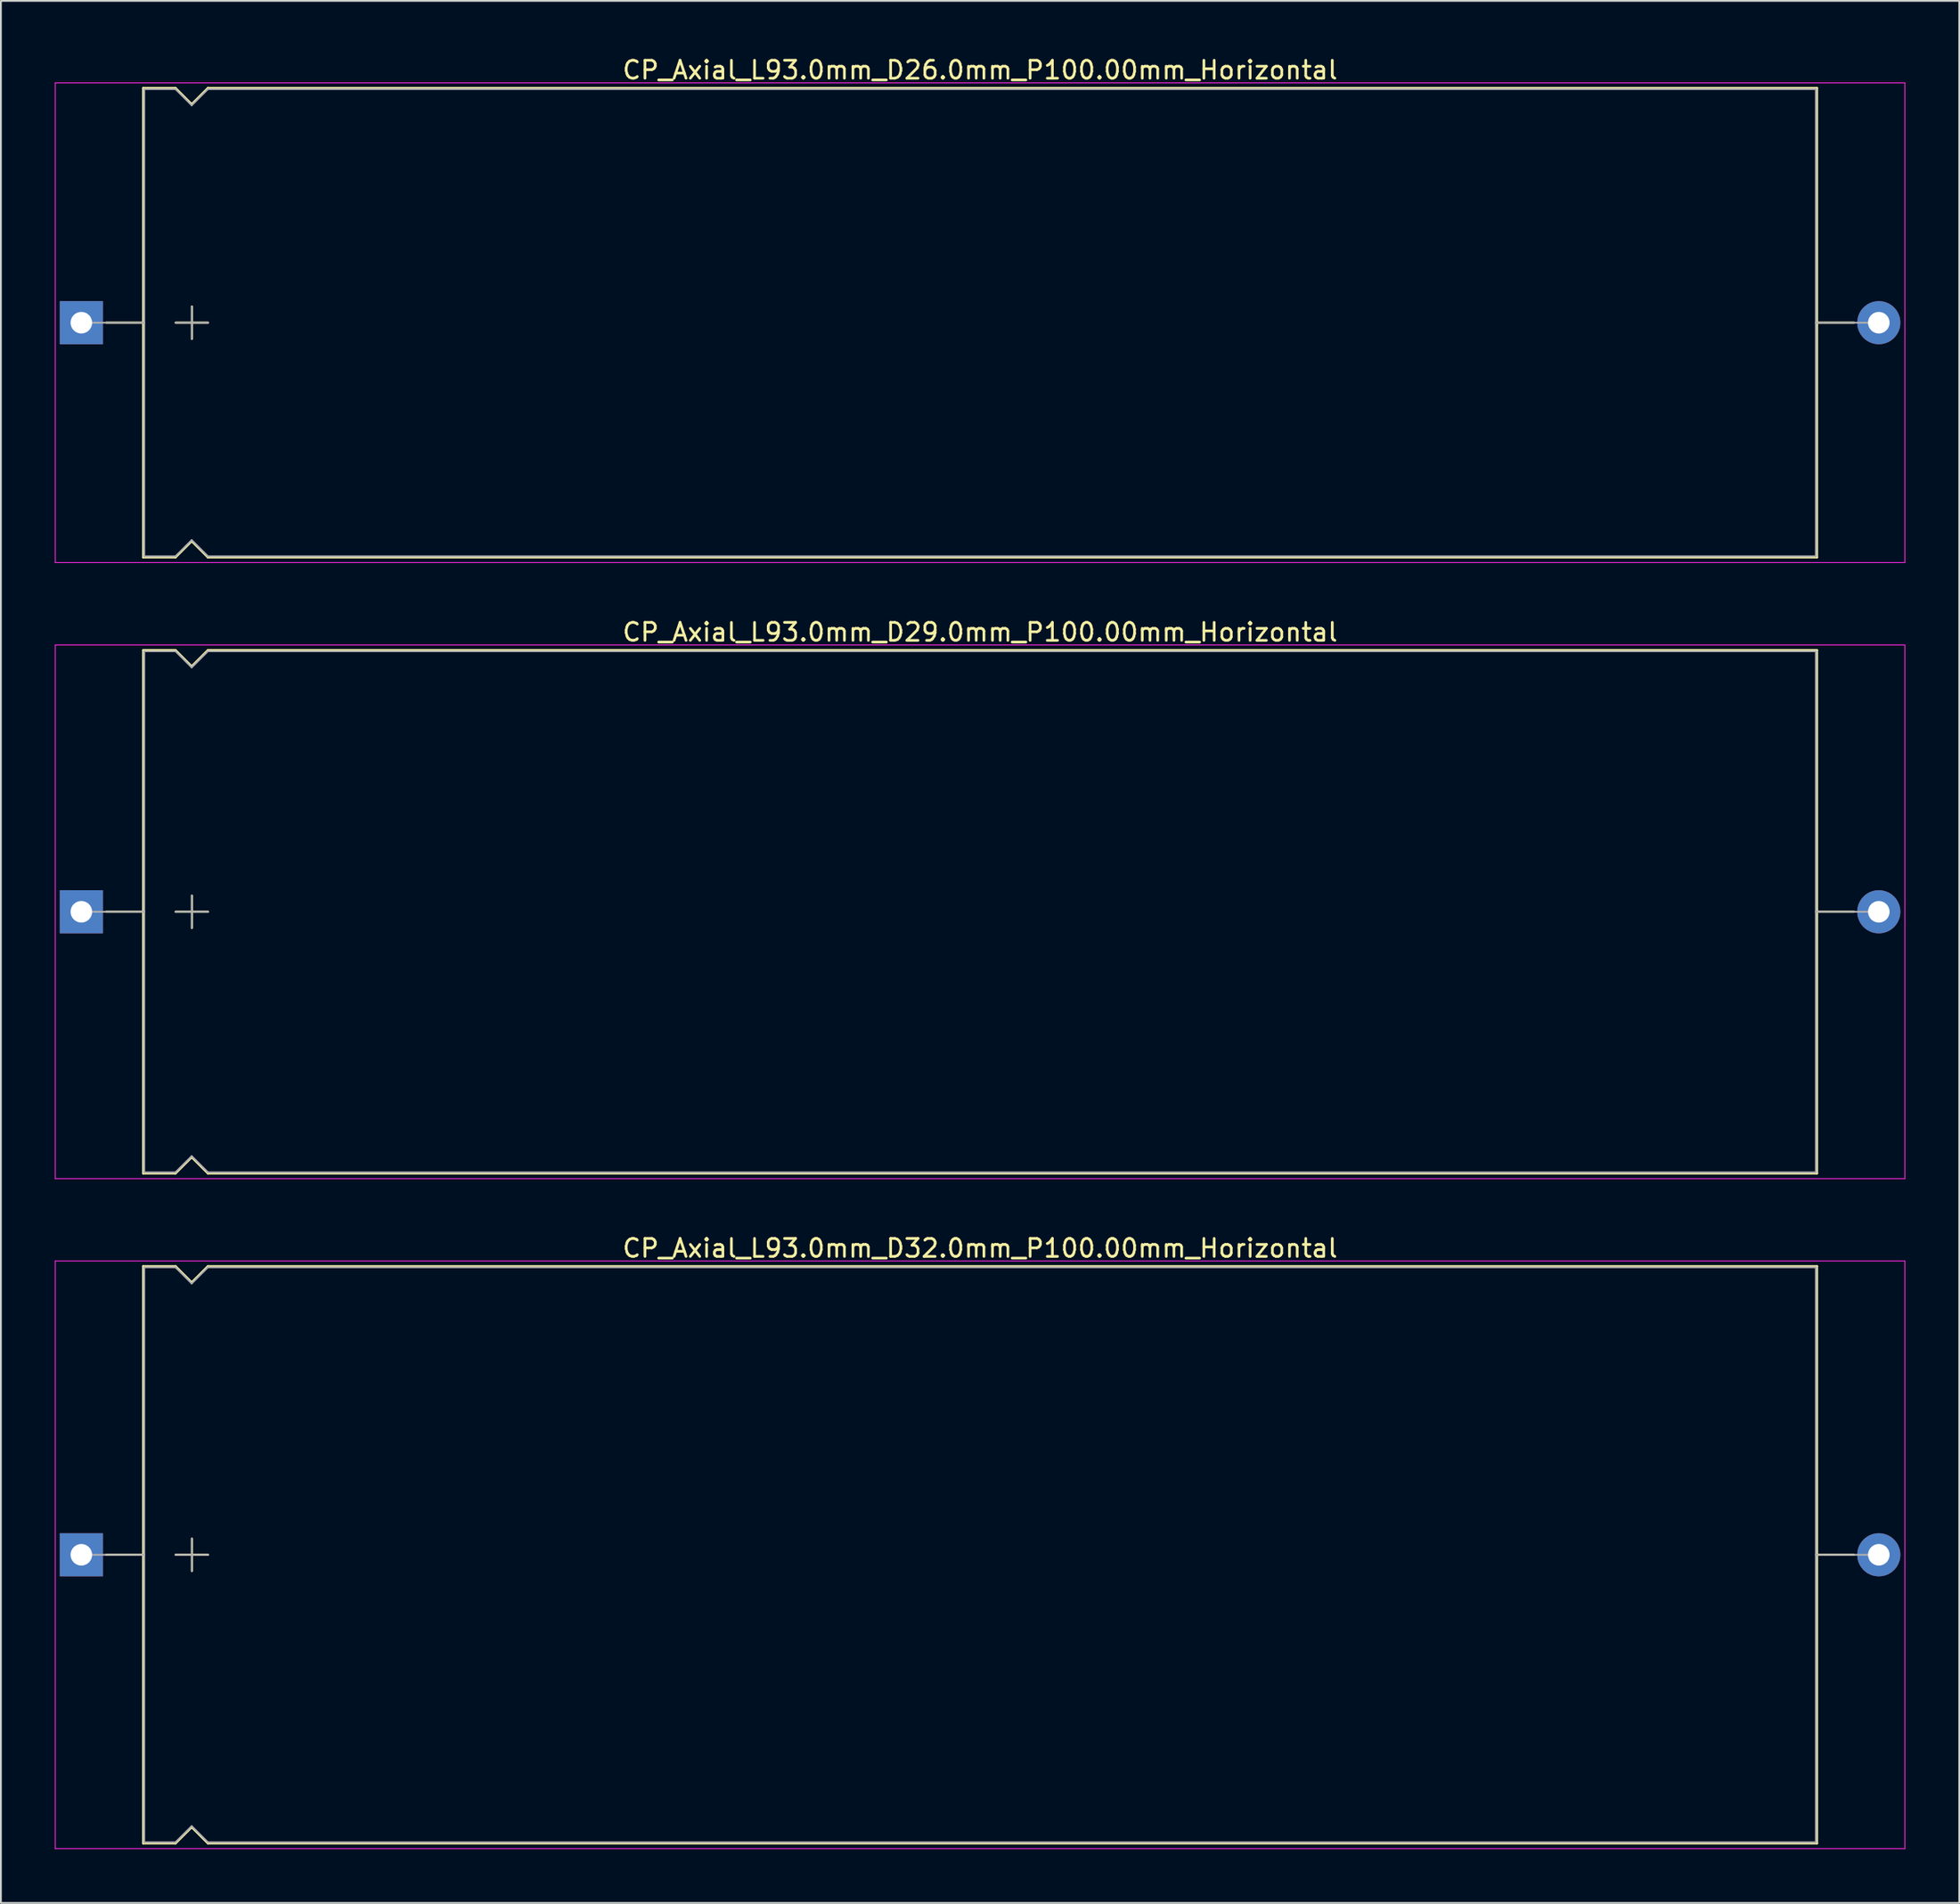
<source format=kicad_pcb>
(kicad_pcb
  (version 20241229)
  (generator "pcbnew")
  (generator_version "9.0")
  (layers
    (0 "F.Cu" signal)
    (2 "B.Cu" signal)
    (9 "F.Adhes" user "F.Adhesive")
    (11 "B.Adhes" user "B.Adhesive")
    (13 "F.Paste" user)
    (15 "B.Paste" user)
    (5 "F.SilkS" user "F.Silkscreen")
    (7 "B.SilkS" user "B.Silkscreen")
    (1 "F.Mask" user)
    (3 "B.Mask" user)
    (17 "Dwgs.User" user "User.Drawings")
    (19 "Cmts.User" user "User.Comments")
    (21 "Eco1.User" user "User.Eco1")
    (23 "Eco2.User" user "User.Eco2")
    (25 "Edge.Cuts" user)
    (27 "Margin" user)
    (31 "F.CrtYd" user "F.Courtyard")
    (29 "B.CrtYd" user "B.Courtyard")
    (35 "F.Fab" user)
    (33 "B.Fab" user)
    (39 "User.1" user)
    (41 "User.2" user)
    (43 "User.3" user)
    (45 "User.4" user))
  (footprint "CP_Axial_L93.0mm_D32.0mm_P100.00mm_Horizontal"
    (layer "F.Cu")
    (at 1.475 83.475)
    (property "Reference" "CP_Axial_L93.0mm_D32.0mm_P100.00mm_Horizontal" (at 50 -17.06 0) (layer "F.SilkS") (effects (font (size 1 1) (thickness 0.15))))
    (attr through_hole)
    (fp_line (start 1.38 0) (end 3.44 0) (stroke (width 0.12) (type solid)) (layer "F.SilkS"))
    (fp_line (start 3.44 -16.06) (end 3.44 16.06) (stroke (width 0.12) (type solid)) (layer "F.SilkS"))
    (fp_line (start 3.44 -16.06) (end 5.24 -16.06) (stroke (width 0.12) (type solid)) (layer "F.SilkS"))
    (fp_line (start 3.44 16.06) (end 5.24 16.06) (stroke (width 0.12) (type solid)) (layer "F.SilkS"))
    (fp_line (start 5.24 -16.06) (end 6.14 -15.16) (stroke (width 0.12) (type solid)) (layer "F.SilkS"))
    (fp_line (start 5.24 16.06) (end 6.14 15.16) (stroke (width 0.12) (type solid)) (layer "F.SilkS"))
    (fp_line (start 5.25 0) (end 7.05 0) (stroke (width 0.12) (type solid)) (layer "F.SilkS"))
    (fp_line (start 6.14 -15.16) (end 7.04 -16.06) (stroke (width 0.12) (type solid)) (layer "F.SilkS"))
    (fp_line (start 6.14 15.16) (end 7.04 16.06) (stroke (width 0.12) (type solid)) (layer "F.SilkS"))
    (fp_line (start 6.15 -0.9) (end 6.15 0.9) (stroke (width 0.12) (type solid)) (layer "F.SilkS"))
    (fp_line (start 7.04 -16.06) (end 96.56 -16.06) (stroke (width 0.12) (type solid)) (layer "F.SilkS"))
    (fp_line (start 7.04 16.06) (end 96.56 16.06) (stroke (width 0.12) (type solid)) (layer "F.SilkS"))
    (fp_line (start 96.56 -16.06) (end 96.56 16.06) (stroke (width 0.12) (type solid)) (layer "F.SilkS"))
    (fp_line (start 98.62 0) (end 96.56 0) (stroke (width 0.12) (type solid)) (layer "F.SilkS"))
    (fp_line (start -1.45 -16.35) (end -1.45 16.35) (stroke (width 0.05) (type solid)) (layer "F.CrtYd"))
    (fp_line (start -1.45 16.35) (end 101.45 16.35) (stroke (width 0.05) (type solid)) (layer "F.CrtYd"))
    (fp_line (start 101.45 -16.35) (end -1.45 -16.35) (stroke (width 0.05) (type solid)) (layer "F.CrtYd"))
    (fp_line (start 101.45 16.35) (end 101.45 -16.35) (stroke (width 0.05) (type solid)) (layer "F.CrtYd"))
    (fp_line (start 0 0) (end 3.5 0) (stroke (width 0.1) (type solid)) (layer "F.Fab"))
    (fp_line (start 3.5 -16) (end 3.5 16) (stroke (width 0.1) (type solid)) (layer "F.Fab"))
    (fp_line (start 3.5 -16) (end 5.24 -16) (stroke (width 0.1) (type solid)) (layer "F.Fab"))
    (fp_line (start 3.5 16) (end 5.24 16) (stroke (width 0.1) (type solid)) (layer "F.Fab"))
    (fp_line (start 5.24 -16) (end 6.14 -15.1) (stroke (width 0.1) (type solid)) (layer "F.Fab"))
    (fp_line (start 5.24 16) (end 6.14 15.1) (stroke (width 0.1) (type solid)) (layer "F.Fab"))
    (fp_line (start 5.25 0) (end 7.05 0) (stroke (width 0.1) (type solid)) (layer "F.Fab"))
    (fp_line (start 6.14 -15.1) (end 7.04 -16) (stroke (width 0.1) (type solid)) (layer "F.Fab"))
    (fp_line (start 6.14 15.1) (end 7.04 16) (stroke (width 0.1) (type solid)) (layer "F.Fab"))
    (fp_line (start 6.15 -0.9) (end 6.15 0.9) (stroke (width 0.1) (type solid)) (layer "F.Fab"))
    (fp_line (start 7.04 -16) (end 96.5 -16) (stroke (width 0.1) (type solid)) (layer "F.Fab"))
    (fp_line (start 7.04 16) (end 96.5 16) (stroke (width 0.1) (type solid)) (layer "F.Fab"))
    (fp_line (start 96.5 -16) (end 96.5 16) (stroke (width 0.1) (type solid)) (layer "F.Fab"))
    (fp_line (start 100 0) (end 96.5 0) (stroke (width 0.1) (type solid)) (layer "F.Fab"))
    (pad "1" thru_hole rect (at 0 0) (size 2.4 2.4) (drill 1.2) (layers "*.Cu" "*.Mask"))
    (pad "2" thru_hole oval (at 100 0) (size 2.4 2.4) (drill 1.2) (layers "*.Cu" "*.Mask")))
  (footprint "CP_Axial_L93.0mm_D26.0mm_P100.00mm_Horizontal"
    (layer "F.Cu")
    (at 1.475 14.908)
    (property "Reference" "CP_Axial_L93.0mm_D26.0mm_P100.00mm_Horizontal" (at 50 -14.06 0) (layer "F.SilkS") (effects (font (size 1 1) (thickness 0.15))))
    (attr through_hole)
    (fp_line (start 1.38 0) (end 3.44 0) (stroke (width 0.12) (type solid)) (layer "F.SilkS"))
    (fp_line (start 3.44 -13.06) (end 3.44 13.06) (stroke (width 0.12) (type solid)) (layer "F.SilkS"))
    (fp_line (start 3.44 -13.06) (end 5.24 -13.06) (stroke (width 0.12) (type solid)) (layer "F.SilkS"))
    (fp_line (start 3.44 13.06) (end 5.24 13.06) (stroke (width 0.12) (type solid)) (layer "F.SilkS"))
    (fp_line (start 5.24 -13.06) (end 6.14 -12.16) (stroke (width 0.12) (type solid)) (layer "F.SilkS"))
    (fp_line (start 5.24 13.06) (end 6.14 12.16) (stroke (width 0.12) (type solid)) (layer "F.SilkS"))
    (fp_line (start 5.25 0) (end 7.05 0) (stroke (width 0.12) (type solid)) (layer "F.SilkS"))
    (fp_line (start 6.14 -12.16) (end 7.04 -13.06) (stroke (width 0.12) (type solid)) (layer "F.SilkS"))
    (fp_line (start 6.14 12.16) (end 7.04 13.06) (stroke (width 0.12) (type solid)) (layer "F.SilkS"))
    (fp_line (start 6.15 -0.9) (end 6.15 0.9) (stroke (width 0.12) (type solid)) (layer "F.SilkS"))
    (fp_line (start 7.04 -13.06) (end 96.56 -13.06) (stroke (width 0.12) (type solid)) (layer "F.SilkS"))
    (fp_line (start 7.04 13.06) (end 96.56 13.06) (stroke (width 0.12) (type solid)) (layer "F.SilkS"))
    (fp_line (start 96.56 -13.06) (end 96.56 13.06) (stroke (width 0.12) (type solid)) (layer "F.SilkS"))
    (fp_line (start 98.62 0) (end 96.56 0) (stroke (width 0.12) (type solid)) (layer "F.SilkS"))
    (fp_line (start -1.45 -13.35) (end -1.45 13.35) (stroke (width 0.05) (type solid)) (layer "F.CrtYd"))
    (fp_line (start -1.45 13.35) (end 101.45 13.35) (stroke (width 0.05) (type solid)) (layer "F.CrtYd"))
    (fp_line (start 101.45 -13.35) (end -1.45 -13.35) (stroke (width 0.05) (type solid)) (layer "F.CrtYd"))
    (fp_line (start 101.45 13.35) (end 101.45 -13.35) (stroke (width 0.05) (type solid)) (layer "F.CrtYd"))
    (fp_line (start 0 0) (end 3.5 0) (stroke (width 0.1) (type solid)) (layer "F.Fab"))
    (fp_line (start 3.5 -13) (end 3.5 13) (stroke (width 0.1) (type solid)) (layer "F.Fab"))
    (fp_line (start 3.5 -13) (end 5.24 -13) (stroke (width 0.1) (type solid)) (layer "F.Fab"))
    (fp_line (start 3.5 13) (end 5.24 13) (stroke (width 0.1) (type solid)) (layer "F.Fab"))
    (fp_line (start 5.24 -13) (end 6.14 -12.1) (stroke (width 0.1) (type solid)) (layer "F.Fab"))
    (fp_line (start 5.24 13) (end 6.14 12.1) (stroke (width 0.1) (type solid)) (layer "F.Fab"))
    (fp_line (start 5.25 0) (end 7.05 0) (stroke (width 0.1) (type solid)) (layer "F.Fab"))
    (fp_line (start 6.14 -12.1) (end 7.04 -13) (stroke (width 0.1) (type solid)) (layer "F.Fab"))
    (fp_line (start 6.14 12.1) (end 7.04 13) (stroke (width 0.1) (type solid)) (layer "F.Fab"))
    (fp_line (start 6.15 -0.9) (end 6.15 0.9) (stroke (width 0.1) (type solid)) (layer "F.Fab"))
    (fp_line (start 7.04 -13) (end 96.5 -13) (stroke (width 0.1) (type solid)) (layer "F.Fab"))
    (fp_line (start 7.04 13) (end 96.5 13) (stroke (width 0.1) (type solid)) (layer "F.Fab"))
    (fp_line (start 96.5 -13) (end 96.5 13) (stroke (width 0.1) (type solid)) (layer "F.Fab"))
    (fp_line (start 100 0) (end 96.5 0) (stroke (width 0.1) (type solid)) (layer "F.Fab"))
    (pad "1" thru_hole rect (at 0 0) (size 2.4 2.4) (drill 1.2) (layers "*.Cu" "*.Mask"))
    (pad "2" thru_hole oval (at 100 0) (size 2.4 2.4) (drill 1.2) (layers "*.Cu" "*.Mask")))
  (footprint "CP_Axial_L93.0mm_D29.0mm_P100.00mm_Horizontal"
    (layer "F.Cu")
    (at 1.475 47.691)
    (property "Reference" "CP_Axial_L93.0mm_D29.0mm_P100.00mm_Horizontal" (at 50 -15.56 0) (layer "F.SilkS") (effects (font (size 1 1) (thickness 0.15))))
    (attr through_hole)
    (fp_line (start 1.38 0) (end 3.44 0) (stroke (width 0.12) (type solid)) (layer "F.SilkS"))
    (fp_line (start 3.44 -14.56) (end 3.44 14.56) (stroke (width 0.12) (type solid)) (layer "F.SilkS"))
    (fp_line (start 3.44 -14.56) (end 5.24 -14.56) (stroke (width 0.12) (type solid)) (layer "F.SilkS"))
    (fp_line (start 3.44 14.56) (end 5.24 14.56) (stroke (width 0.12) (type solid)) (layer "F.SilkS"))
    (fp_line (start 5.24 -14.56) (end 6.14 -13.66) (stroke (width 0.12) (type solid)) (layer "F.SilkS"))
    (fp_line (start 5.24 14.56) (end 6.14 13.66) (stroke (width 0.12) (type solid)) (layer "F.SilkS"))
    (fp_line (start 5.25 0) (end 7.05 0) (stroke (width 0.12) (type solid)) (layer "F.SilkS"))
    (fp_line (start 6.14 -13.66) (end 7.04 -14.56) (stroke (width 0.12) (type solid)) (layer "F.SilkS"))
    (fp_line (start 6.14 13.66) (end 7.04 14.56) (stroke (width 0.12) (type solid)) (layer "F.SilkS"))
    (fp_line (start 6.15 -0.9) (end 6.15 0.9) (stroke (width 0.12) (type solid)) (layer "F.SilkS"))
    (fp_line (start 7.04 -14.56) (end 96.56 -14.56) (stroke (width 0.12) (type solid)) (layer "F.SilkS"))
    (fp_line (start 7.04 14.56) (end 96.56 14.56) (stroke (width 0.12) (type solid)) (layer "F.SilkS"))
    (fp_line (start 96.56 -14.56) (end 96.56 14.56) (stroke (width 0.12) (type solid)) (layer "F.SilkS"))
    (fp_line (start 98.62 0) (end 96.56 0) (stroke (width 0.12) (type solid)) (layer "F.SilkS"))
    (fp_line (start -1.45 -14.85) (end -1.45 14.85) (stroke (width 0.05) (type solid)) (layer "F.CrtYd"))
    (fp_line (start -1.45 14.85) (end 101.45 14.85) (stroke (width 0.05) (type solid)) (layer "F.CrtYd"))
    (fp_line (start 101.45 -14.85) (end -1.45 -14.85) (stroke (width 0.05) (type solid)) (layer "F.CrtYd"))
    (fp_line (start 101.45 14.85) (end 101.45 -14.85) (stroke (width 0.05) (type solid)) (layer "F.CrtYd"))
    (fp_line (start 0 0) (end 3.5 0) (stroke (width 0.1) (type solid)) (layer "F.Fab"))
    (fp_line (start 3.5 -14.5) (end 3.5 14.5) (stroke (width 0.1) (type solid)) (layer "F.Fab"))
    (fp_line (start 3.5 -14.5) (end 5.24 -14.5) (stroke (width 0.1) (type solid)) (layer "F.Fab"))
    (fp_line (start 3.5 14.5) (end 5.24 14.5) (stroke (width 0.1) (type solid)) (layer "F.Fab"))
    (fp_line (start 5.24 -14.5) (end 6.14 -13.6) (stroke (width 0.1) (type solid)) (layer "F.Fab"))
    (fp_line (start 5.24 14.5) (end 6.14 13.6) (stroke (width 0.1) (type solid)) (layer "F.Fab"))
    (fp_line (start 5.25 0) (end 7.05 0) (stroke (width 0.1) (type solid)) (layer "F.Fab"))
    (fp_line (start 6.14 -13.6) (end 7.04 -14.5) (stroke (width 0.1) (type solid)) (layer "F.Fab"))
    (fp_line (start 6.14 13.6) (end 7.04 14.5) (stroke (width 0.1) (type solid)) (layer "F.Fab"))
    (fp_line (start 6.15 -0.9) (end 6.15 0.9) (stroke (width 0.1) (type solid)) (layer "F.Fab"))
    (fp_line (start 7.04 -14.5) (end 96.5 -14.5) (stroke (width 0.1) (type solid)) (layer "F.Fab"))
    (fp_line (start 7.04 14.5) (end 96.5 14.5) (stroke (width 0.1) (type solid)) (layer "F.Fab"))
    (fp_line (start 96.5 -14.5) (end 96.5 14.5) (stroke (width 0.1) (type solid)) (layer "F.Fab"))
    (fp_line (start 100 0) (end 96.5 0) (stroke (width 0.1) (type solid)) (layer "F.Fab"))
    (pad "1" thru_hole rect (at 0 0) (size 2.4 2.4) (drill 1.2) (layers "*.Cu" "*.Mask"))
    (pad "2" thru_hole oval (at 100 0) (size 2.4 2.4) (drill 1.2) (layers "*.Cu" "*.Mask")))
  (gr_rect
    (start -3 -3)
    (end 105.95 102.85)
    (stroke (width 0.1) (type default))
    (fill no)
    (layer "Edge.Cuts")))
</source>
